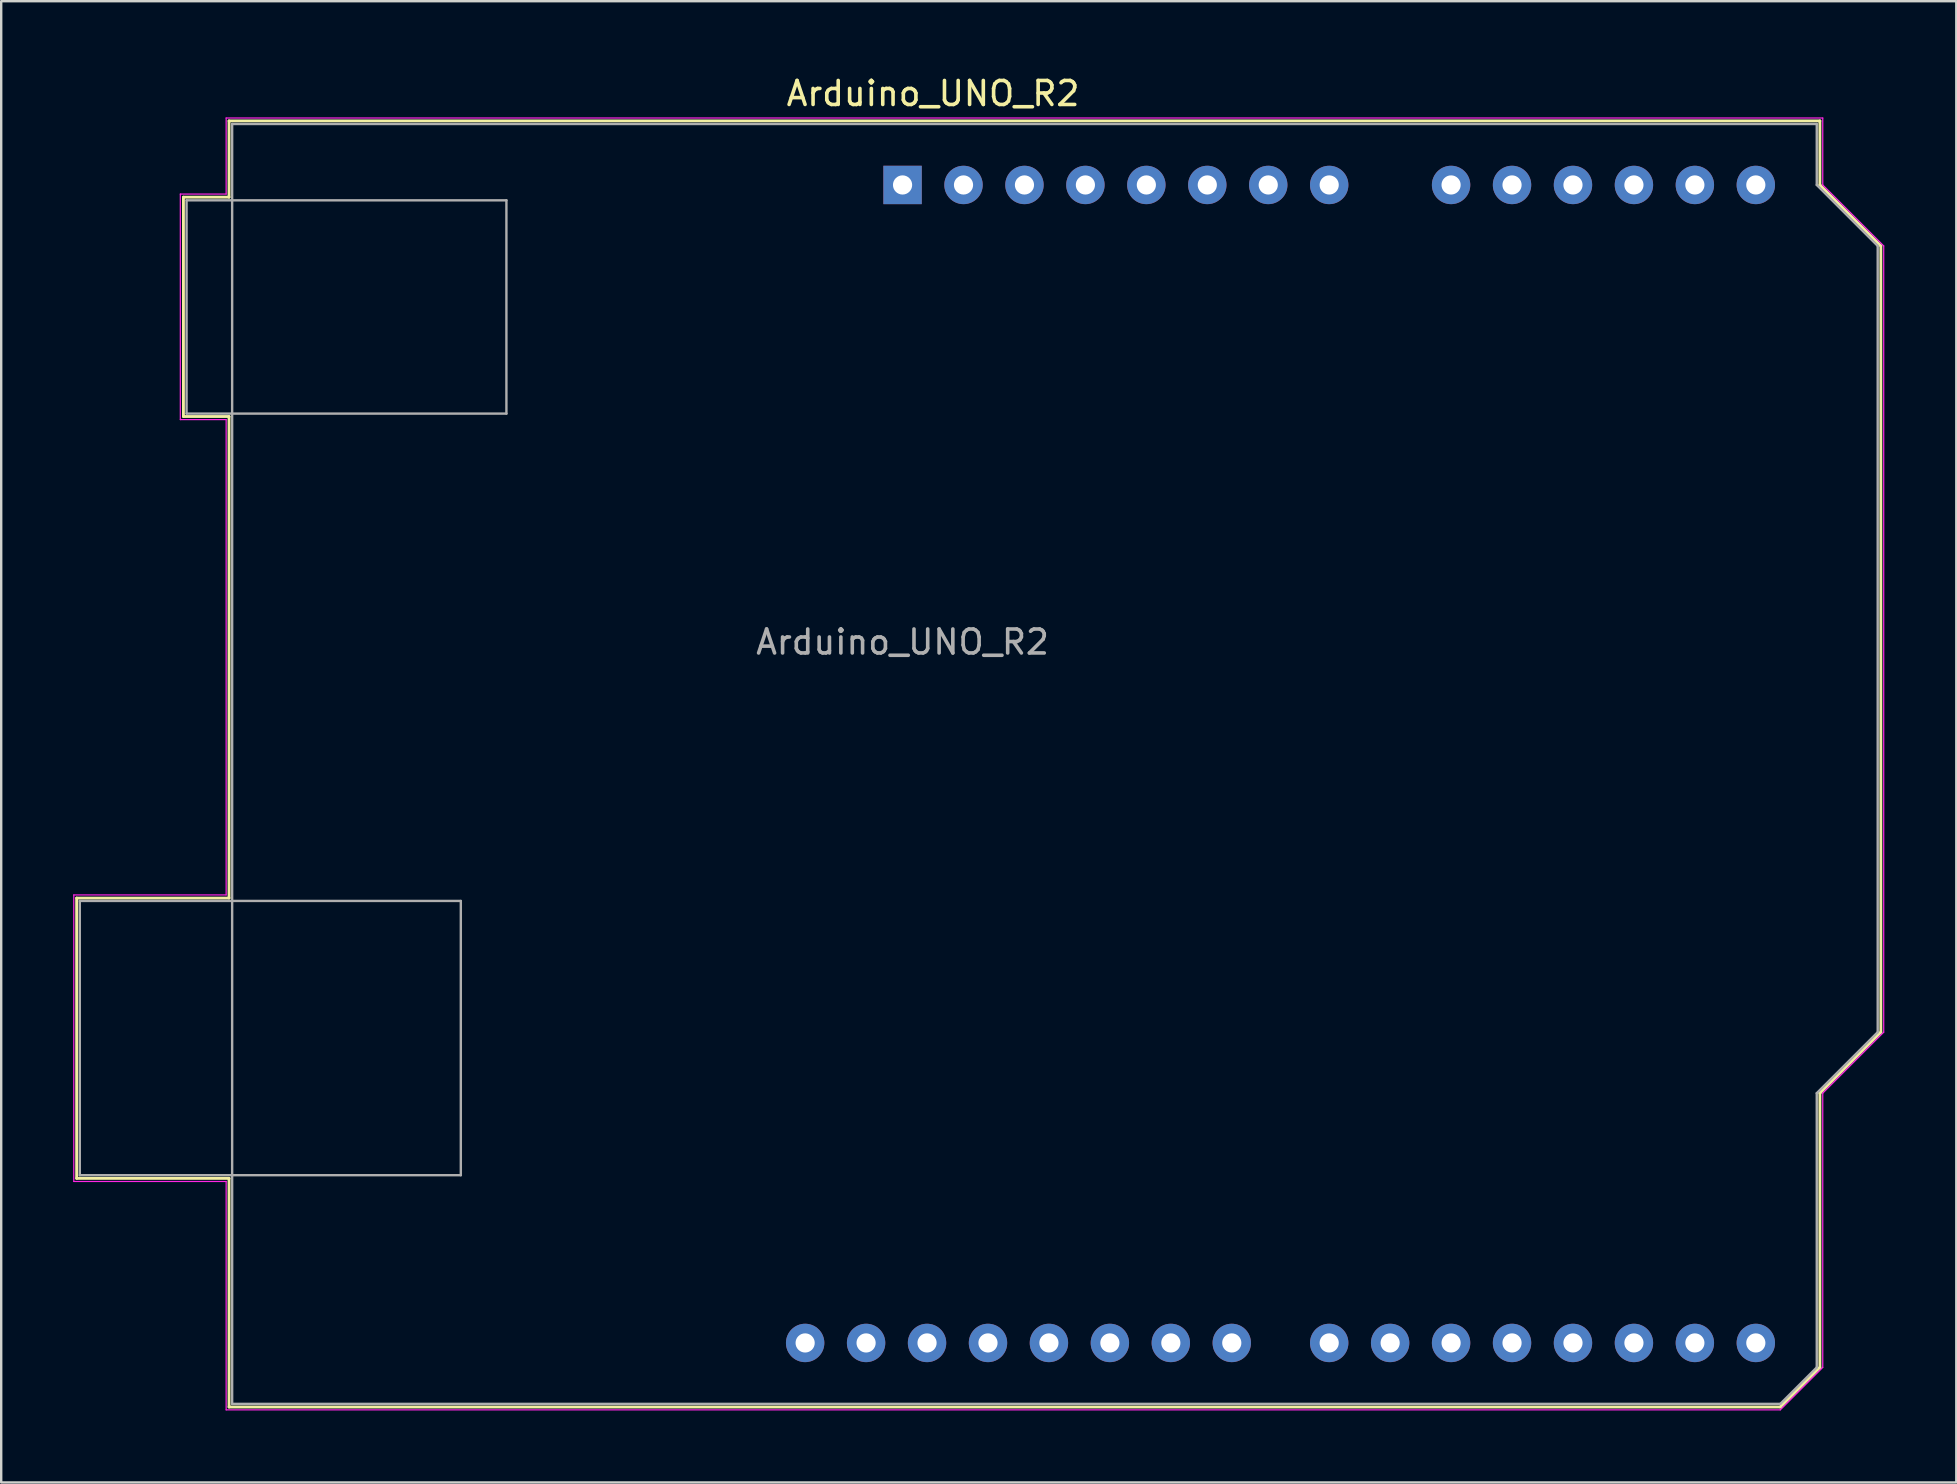
<source format=kicad_pcb>
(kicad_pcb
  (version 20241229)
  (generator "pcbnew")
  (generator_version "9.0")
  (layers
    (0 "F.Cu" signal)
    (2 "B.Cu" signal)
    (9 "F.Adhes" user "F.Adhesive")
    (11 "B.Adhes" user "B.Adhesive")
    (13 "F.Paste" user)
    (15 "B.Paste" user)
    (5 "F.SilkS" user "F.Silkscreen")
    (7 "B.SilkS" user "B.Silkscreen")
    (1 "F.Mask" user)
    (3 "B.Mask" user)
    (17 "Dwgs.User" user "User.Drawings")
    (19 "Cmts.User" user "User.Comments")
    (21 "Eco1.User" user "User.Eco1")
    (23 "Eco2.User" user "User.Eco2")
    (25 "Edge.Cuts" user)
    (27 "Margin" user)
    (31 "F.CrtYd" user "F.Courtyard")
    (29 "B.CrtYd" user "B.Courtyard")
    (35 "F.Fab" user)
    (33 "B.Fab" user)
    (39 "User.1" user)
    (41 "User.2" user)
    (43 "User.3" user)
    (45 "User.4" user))
  (footprint "Arduino_UNO_R2"
    (layer "F.Cu")
    (at 34.565 4.658)
    (property "Reference" "Arduino_UNO_R2" (at 1.27 -3.81 180) (layer "F.SilkS") (effects (font (size 1 1) (thickness 0.15))))
    (attr through_hole)
    (fp_line (start -34.42 29.72) (end -34.42 41.4) (stroke (width 0.12) (type solid)) (layer "F.SilkS"))
    (fp_line (start -34.42 41.4) (end -28.07 41.4) (stroke (width 0.12) (type solid)) (layer "F.SilkS"))
    (fp_line (start -29.97 0.51) (end -29.97 9.65) (stroke (width 0.12) (type solid)) (layer "F.SilkS"))
    (fp_line (start -29.97 9.65) (end -28.07 9.65) (stroke (width 0.12) (type solid)) (layer "F.SilkS"))
    (fp_line (start -28.07 -2.67) (end -28.07 0.51) (stroke (width 0.12) (type solid)) (layer "F.SilkS"))
    (fp_line (start -28.07 0.51) (end -29.97 0.51) (stroke (width 0.12) (type solid)) (layer "F.SilkS"))
    (fp_line (start -28.07 9.65) (end -28.07 29.72) (stroke (width 0.12) (type solid)) (layer "F.SilkS"))
    (fp_line (start -28.07 29.72) (end -34.42 29.72) (stroke (width 0.12) (type solid)) (layer "F.SilkS"))
    (fp_line (start -28.07 41.4) (end -28.07 50.93) (stroke (width 0.12) (type solid)) (layer "F.SilkS"))
    (fp_line (start -28.07 50.93) (end 36.58 50.93) (stroke (width 0.12) (type solid)) (layer "F.SilkS"))
    (fp_line (start 36.58 50.93) (end 38.23 49.28) (stroke (width 0.12) (type solid)) (layer "F.SilkS"))
    (fp_line (start 38.23 -2.67) (end -28.07 -2.67) (stroke (width 0.12) (type solid)) (layer "F.SilkS"))
    (fp_line (start 38.23 0) (end 38.23 -2.67) (stroke (width 0.12) (type solid)) (layer "F.SilkS"))
    (fp_line (start 38.23 37.85) (end 40.77 35.31) (stroke (width 0.12) (type solid)) (layer "F.SilkS"))
    (fp_line (start 38.23 49.28) (end 38.23 37.85) (stroke (width 0.12) (type solid)) (layer "F.SilkS"))
    (fp_line (start 40.77 2.54) (end 38.23 0) (stroke (width 0.12) (type solid)) (layer "F.SilkS"))
    (fp_line (start 40.77 35.31) (end 40.77 2.54) (stroke (width 0.12) (type solid)) (layer "F.SilkS"))
    (fp_line (start -34.54 29.59) (end -28.19 29.59) (stroke (width 0.05) (type solid)) (layer "F.CrtYd"))
    (fp_line (start -34.54 41.53) (end -34.54 29.59) (stroke (width 0.05) (type solid)) (layer "F.CrtYd"))
    (fp_line (start -30.1 0.38) (end -28.19 0.38) (stroke (width 0.05) (type solid)) (layer "F.CrtYd"))
    (fp_line (start -30.1 9.78) (end -30.1 0.38) (stroke (width 0.05) (type solid)) (layer "F.CrtYd"))
    (fp_line (start -28.19 -2.79) (end 38.35 -2.79) (stroke (width 0.05) (type solid)) (layer "F.CrtYd"))
    (fp_line (start -28.19 0.38) (end -28.19 -2.79) (stroke (width 0.05) (type solid)) (layer "F.CrtYd"))
    (fp_line (start -28.19 9.78) (end -30.1 9.78) (stroke (width 0.05) (type solid)) (layer "F.CrtYd"))
    (fp_line (start -28.19 29.59) (end -28.19 9.78) (stroke (width 0.05) (type solid)) (layer "F.CrtYd"))
    (fp_line (start -28.19 41.53) (end -34.54 41.53) (stroke (width 0.05) (type solid)) (layer "F.CrtYd"))
    (fp_line (start -28.19 51.05) (end -28.19 41.53) (stroke (width 0.05) (type solid)) (layer "F.CrtYd"))
    (fp_line (start 36.58 51.05) (end -28.19 51.05) (stroke (width 0.05) (type solid)) (layer "F.CrtYd"))
    (fp_line (start 38.35 -2.79) (end 38.35 0) (stroke (width 0.05) (type solid)) (layer "F.CrtYd"))
    (fp_line (start 38.35 0) (end 40.89 2.54) (stroke (width 0.05) (type solid)) (layer "F.CrtYd"))
    (fp_line (start 38.35 37.85) (end 38.35 49.28) (stroke (width 0.05) (type solid)) (layer "F.CrtYd"))
    (fp_line (start 38.35 49.28) (end 36.58 51.05) (stroke (width 0.05) (type solid)) (layer "F.CrtYd"))
    (fp_line (start 40.89 2.54) (end 40.89 35.31) (stroke (width 0.05) (type solid)) (layer "F.CrtYd"))
    (fp_line (start 40.89 35.31) (end 38.35 37.85) (stroke (width 0.05) (type solid)) (layer "F.CrtYd"))
    (fp_line (start -34.29 29.84) (end -18.41 29.84) (stroke (width 0.1) (type solid)) (layer "F.Fab"))
    (fp_line (start -34.29 41.27) (end -34.29 29.84) (stroke (width 0.1) (type solid)) (layer "F.Fab"))
    (fp_line (start -29.84 0.64) (end -16.51 0.64) (stroke (width 0.1) (type solid)) (layer "F.Fab"))
    (fp_line (start -29.84 9.53) (end -29.84 0.64) (stroke (width 0.1) (type solid)) (layer "F.Fab"))
    (fp_line (start -27.94 -2.54) (end 38.1 -2.54) (stroke (width 0.1) (type solid)) (layer "F.Fab"))
    (fp_line (start -27.94 50.8) (end -27.94 -2.54) (stroke (width 0.1) (type solid)) (layer "F.Fab"))
    (fp_line (start -18.41 29.84) (end -18.41 41.27) (stroke (width 0.1) (type solid)) (layer "F.Fab"))
    (fp_line (start -18.41 41.27) (end -34.29 41.27) (stroke (width 0.1) (type solid)) (layer "F.Fab"))
    (fp_line (start -16.51 0.64) (end -16.51 9.53) (stroke (width 0.1) (type solid)) (layer "F.Fab"))
    (fp_line (start -16.51 9.53) (end -29.84 9.53) (stroke (width 0.1) (type solid)) (layer "F.Fab"))
    (fp_line (start 36.58 50.8) (end -27.94 50.8) (stroke (width 0.1) (type solid)) (layer "F.Fab"))
    (fp_line (start 38.1 -2.54) (end 38.1 0) (stroke (width 0.1) (type solid)) (layer "F.Fab"))
    (fp_line (start 38.1 0) (end 40.64 2.54) (stroke (width 0.1) (type solid)) (layer "F.Fab"))
    (fp_line (start 38.1 37.85) (end 38.1 49.28) (stroke (width 0.1) (type solid)) (layer "F.Fab"))
    (fp_line (start 38.1 49.28) (end 36.58 50.8) (stroke (width 0.1) (type solid)) (layer "F.Fab"))
    (fp_line (start 40.64 2.54) (end 40.64 35.31) (stroke (width 0.1) (type solid)) (layer "F.Fab"))
    (fp_line (start 40.64 35.31) (end 38.1 37.85) (stroke (width 0.1) (type solid)) (layer "F.Fab"))
    (fp_text user "${REFERENCE}" (at 0 19.05 180) (layer "F.Fab") (effects (font (size 1 1) (thickness 0.15))))
    (pad "1" thru_hole rect (at 0 0 90) (size 1.6 1.6) (drill 0.8) (layers "*.Cu" "*.Mask"))
    (pad "2" thru_hole oval (at 2.54 0 90) (size 1.6 1.6) (drill 0.8) (layers "*.Cu" "*.Mask"))
    (pad "3" thru_hole oval (at 5.08 0 90) (size 1.6 1.6) (drill 0.8) (layers "*.Cu" "*.Mask"))
    (pad "4" thru_hole oval (at 7.62 0 90) (size 1.6 1.6) (drill 0.8) (layers "*.Cu" "*.Mask"))
    (pad "5" thru_hole oval (at 10.16 0 90) (size 1.6 1.6) (drill 0.8) (layers "*.Cu" "*.Mask"))
    (pad "6" thru_hole oval (at 12.7 0 90) (size 1.6 1.6) (drill 0.8) (layers "*.Cu" "*.Mask"))
    (pad "7" thru_hole oval (at 15.24 0 90) (size 1.6 1.6) (drill 0.8) (layers "*.Cu" "*.Mask"))
    (pad "8" thru_hole oval (at 17.78 0 90) (size 1.6 1.6) (drill 0.8) (layers "*.Cu" "*.Mask"))
    (pad "9" thru_hole oval (at 22.86 0 90) (size 1.6 1.6) (drill 0.8) (layers "*.Cu" "*.Mask"))
    (pad "10" thru_hole oval (at 25.4 0 90) (size 1.6 1.6) (drill 0.8) (layers "*.Cu" "*.Mask"))
    (pad "11" thru_hole oval (at 27.94 0 90) (size 1.6 1.6) (drill 0.8) (layers "*.Cu" "*.Mask"))
    (pad "12" thru_hole oval (at 30.48 0 90) (size 1.6 1.6) (drill 0.8) (layers "*.Cu" "*.Mask"))
    (pad "13" thru_hole oval (at 33.02 0 90) (size 1.6 1.6) (drill 0.8) (layers "*.Cu" "*.Mask"))
    (pad "14" thru_hole oval (at 35.56 0 90) (size 1.6 1.6) (drill 0.8) (layers "*.Cu" "*.Mask"))
    (pad "15" thru_hole oval (at 35.56 48.26 90) (size 1.6 1.6) (drill 0.8) (layers "*.Cu" "*.Mask"))
    (pad "16" thru_hole oval (at 33.02 48.26 90) (size 1.6 1.6) (drill 0.8) (layers "*.Cu" "*.Mask"))
    (pad "17" thru_hole oval (at 30.48 48.26 90) (size 1.6 1.6) (drill 0.8) (layers "*.Cu" "*.Mask"))
    (pad "18" thru_hole oval (at 27.94 48.26 90) (size 1.6 1.6) (drill 0.8) (layers "*.Cu" "*.Mask"))
    (pad "19" thru_hole oval (at 25.4 48.26 90) (size 1.6 1.6) (drill 0.8) (layers "*.Cu" "*.Mask"))
    (pad "20" thru_hole oval (at 22.86 48.26 90) (size 1.6 1.6) (drill 0.8) (layers "*.Cu" "*.Mask"))
    (pad "21" thru_hole oval (at 20.32 48.26 90) (size 1.6 1.6) (drill 0.8) (layers "*.Cu" "*.Mask"))
    (pad "22" thru_hole oval (at 17.78 48.26 90) (size 1.6 1.6) (drill 0.8) (layers "*.Cu" "*.Mask"))
    (pad "23" thru_hole oval (at 13.72 48.26 90) (size 1.6 1.6) (drill 0.8) (layers "*.Cu" "*.Mask"))
    (pad "24" thru_hole oval (at 11.18 48.26 90) (size 1.6 1.6) (drill 0.8) (layers "*.Cu" "*.Mask"))
    (pad "25" thru_hole oval (at 8.64 48.26 90) (size 1.6 1.6) (drill 0.8) (layers "*.Cu" "*.Mask"))
    (pad "26" thru_hole oval (at 6.1 48.26 90) (size 1.6 1.6) (drill 0.8) (layers "*.Cu" "*.Mask"))
    (pad "27" thru_hole oval (at 3.56 48.26 90) (size 1.6 1.6) (drill 0.8) (layers "*.Cu" "*.Mask"))
    (pad "28" thru_hole oval (at 1.02 48.26 90) (size 1.6 1.6) (drill 0.8) (layers "*.Cu" "*.Mask"))
    (pad "29" thru_hole oval (at -1.52 48.26 90) (size 1.6 1.6) (drill 0.8) (layers "*.Cu" "*.Mask"))
    (pad "30" thru_hole oval (at -4.06 48.26 90) (size 1.6 1.6) (drill 0.8) (layers "*.Cu" "*.Mask")))
  (gr_rect
    (start -3 -3)
    (end 78.48 58.733)
    (stroke (width 0.1) (type default))
    (fill no)
    (layer "Edge.Cuts")))
</source>
